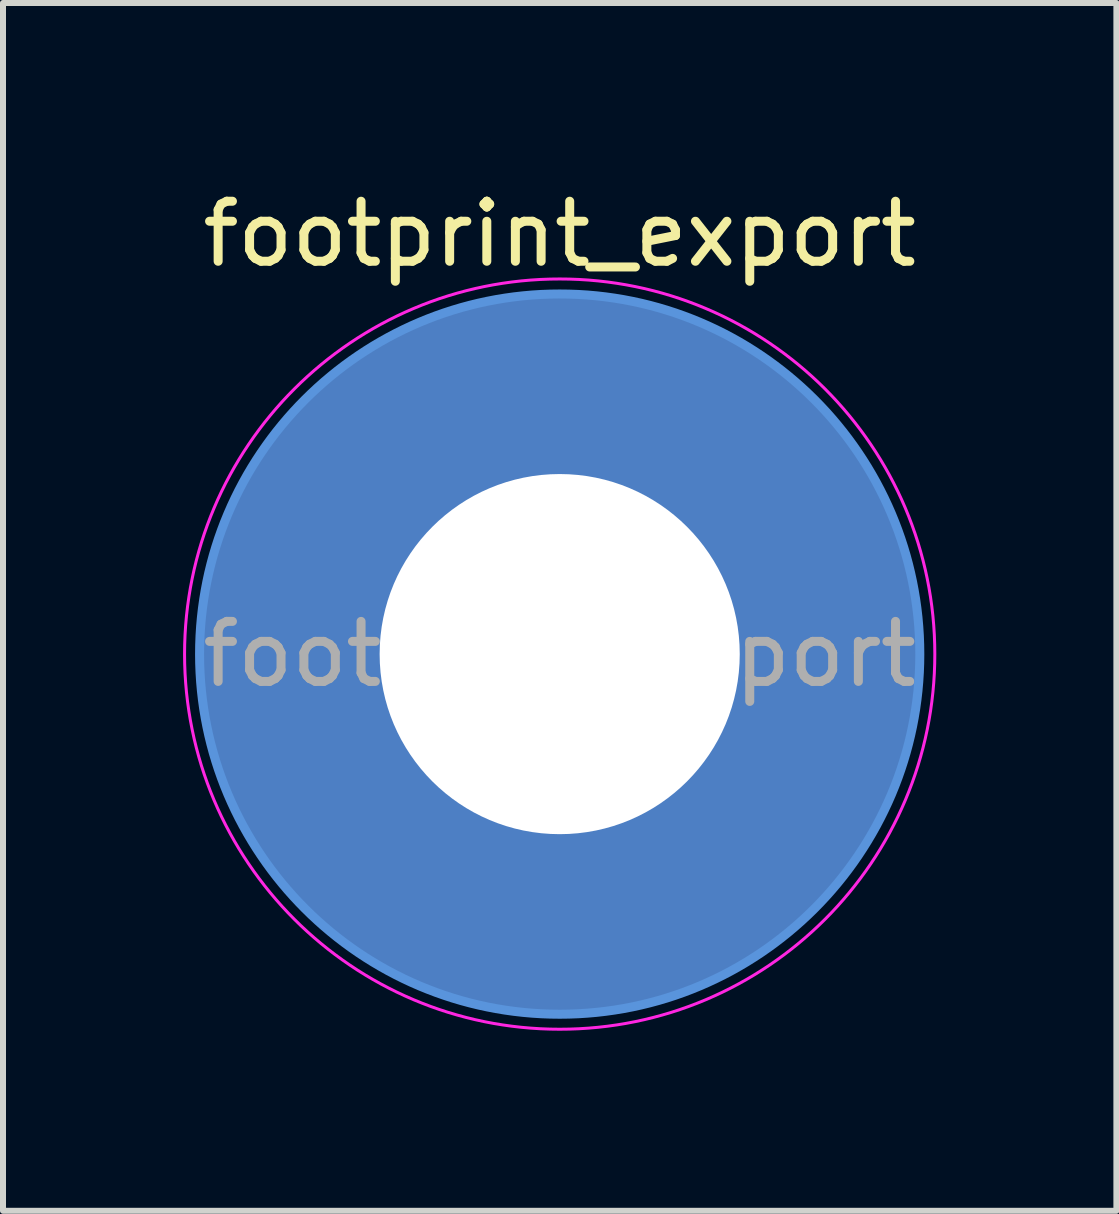
<source format=kicad_pcb>
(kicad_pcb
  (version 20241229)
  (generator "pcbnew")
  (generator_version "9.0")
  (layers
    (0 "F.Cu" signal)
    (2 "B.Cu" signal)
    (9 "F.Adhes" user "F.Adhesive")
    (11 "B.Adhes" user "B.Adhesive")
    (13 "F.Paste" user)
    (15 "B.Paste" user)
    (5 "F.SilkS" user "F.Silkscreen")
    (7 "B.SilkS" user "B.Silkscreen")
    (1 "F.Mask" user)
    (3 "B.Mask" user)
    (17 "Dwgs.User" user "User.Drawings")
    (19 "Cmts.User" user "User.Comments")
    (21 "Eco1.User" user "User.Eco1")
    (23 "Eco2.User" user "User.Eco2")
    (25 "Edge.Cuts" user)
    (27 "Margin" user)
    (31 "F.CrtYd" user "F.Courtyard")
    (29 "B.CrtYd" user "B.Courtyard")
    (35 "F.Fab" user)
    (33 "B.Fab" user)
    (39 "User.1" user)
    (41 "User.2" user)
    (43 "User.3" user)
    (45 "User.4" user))
  (footprint "footprint_export"
    (layer "F.Cu")
    (at 6.275 7.848)
    (property "Reference" "footprint_export" (at 0 -7 0) (layer "F.SilkS") (effects (font (size 1 1) (thickness 0.15))))
    (attr exclude_from_pos_files exclude_from_bom)
    (fp_circle (center 0 0) (end 6 0) (stroke (width 0.15) (type solid)) (fill no) (layer "Cmts.User"))
    (fp_circle (center 0 0) (end 6.25 0) (stroke (width 0.05) (type solid)) (fill no) (layer "F.CrtYd"))
    (fp_text user "${REFERENCE}" (at 0 0 0) (layer "F.Fab") (effects (font (size 1 1) (thickness 0.15))))
    (pad "1" thru_hole circle (at 0 0) (size 12 12) (drill 6) (layers "*.Cu" "*.Mask")))
  (gr_rect
    (start -3 -3)
    (end 15.55 17.123)
    (stroke (width 0.1) (type default))
    (fill no)
    (layer "Edge.Cuts")))
</source>
